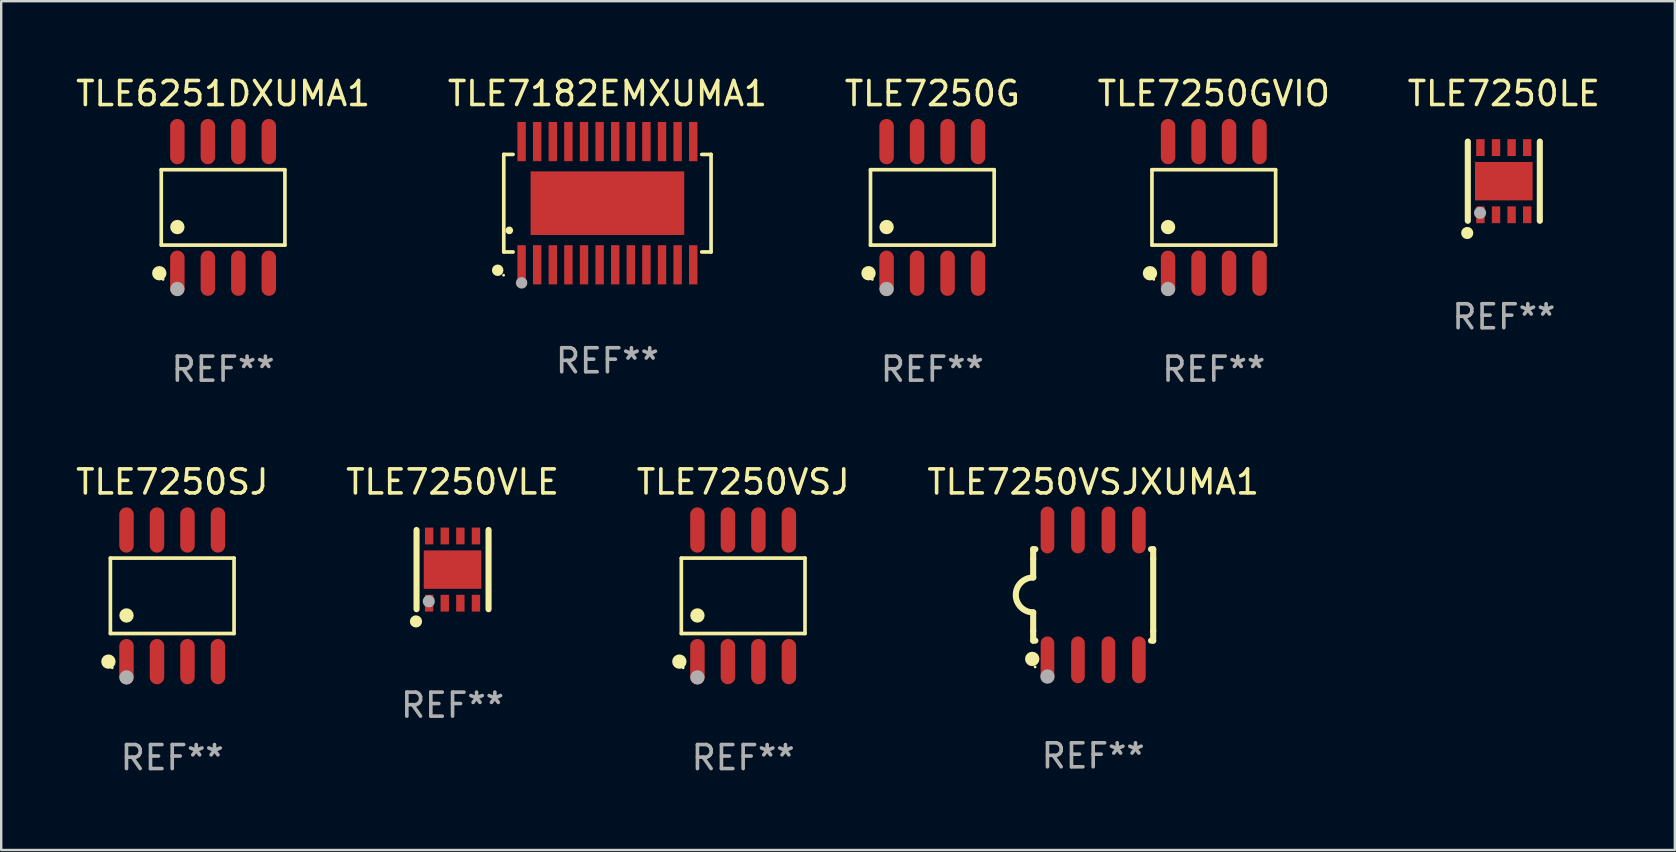
<source format=kicad_pcb>
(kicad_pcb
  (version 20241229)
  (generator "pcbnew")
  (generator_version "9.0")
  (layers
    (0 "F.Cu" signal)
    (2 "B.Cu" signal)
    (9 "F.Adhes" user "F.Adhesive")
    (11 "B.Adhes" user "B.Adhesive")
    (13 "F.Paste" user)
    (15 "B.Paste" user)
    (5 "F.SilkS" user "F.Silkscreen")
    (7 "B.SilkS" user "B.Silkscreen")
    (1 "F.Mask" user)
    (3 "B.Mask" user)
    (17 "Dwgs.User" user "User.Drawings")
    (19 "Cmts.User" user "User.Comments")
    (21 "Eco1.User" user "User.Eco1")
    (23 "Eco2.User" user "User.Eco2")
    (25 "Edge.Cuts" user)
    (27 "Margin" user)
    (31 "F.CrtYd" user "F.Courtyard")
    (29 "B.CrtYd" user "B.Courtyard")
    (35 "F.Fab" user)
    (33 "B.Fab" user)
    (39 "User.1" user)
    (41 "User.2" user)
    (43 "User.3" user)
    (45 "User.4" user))
  (footprint "TLE7250GVIO"
    (layer "F.Cu")
    (at 47.518 5.591)
    (property "Reference" "TLE7250GVIO" (at 0 -4.742 0) (layer "F.SilkS") (effects (font (size 1 1) (thickness 0.15))))
    (attr through_hole)
    (fp_line (start -2.576 -1.571) (end 2.576 -1.571) (stroke (width 0.152) (type solid)) (layer "F.SilkS"))
    (fp_line (start -2.576 1.571) (end -2.576 -1.571) (stroke (width 0.152) (type solid)) (layer "F.SilkS"))
    (fp_line (start 2.576 -1.571) (end 2.576 1.571) (stroke (width 0.152) (type solid)) (layer "F.SilkS"))
    (fp_line (start 2.576 1.571) (end -2.576 1.571) (stroke (width 0.152) (type solid)) (layer "F.SilkS"))
    (fp_circle (center -2.658 2.742) (end -2.508 2.742) (stroke (width 0.3) (type solid)) (fill no) (layer "F.SilkS"))
    (fp_circle (center -2.5 3) (end -2.47 3) (stroke (width 0.06) (type solid)) (fill no) (layer "F.SilkS"))
    (fp_circle (center -1.905 0.819) (end -1.755 0.819) (stroke (width 0.3) (type solid)) (fill no) (layer "F.SilkS"))
    (fp_circle (center -1.905 3.4) (end -1.755 3.4) (stroke (width 0.3) (type solid)) (fill no) (layer "F.Fab"))
    (fp_text user "REF**" (at 0 6.742 0) (layer "F.Fab") (effects (font (size 1 1) (thickness 0.15))))
    (pad "1" smd oval (at -1.905 2.742) (size 0.602 1.885) (layers "F.Cu" "F.Mask" "F.Paste"))
    (pad "2" smd oval (at -0.635 2.742) (size 0.602 1.885) (layers "F.Cu" "F.Mask" "F.Paste"))
    (pad "3" smd oval (at 0.635 2.742) (size 0.602 1.885) (layers "F.Cu" "F.Mask" "F.Paste"))
    (pad "4" smd oval (at 1.905 2.742) (size 0.602 1.885) (layers "F.Cu" "F.Mask" "F.Paste"))
    (pad "5" smd oval (at 1.905 -2.742) (size 0.602 1.885) (layers "F.Cu" "F.Mask" "F.Paste"))
    (pad "6" smd oval (at 0.635 -2.742) (size 0.602 1.885) (layers "F.Cu" "F.Mask" "F.Paste"))
    (pad "7" smd oval (at -0.635 -2.742) (size 0.602 1.885) (layers "F.Cu" "F.Mask" "F.Paste"))
    (pad "8" smd oval (at -1.905 -2.742) (size 0.602 1.885) (layers "F.Cu" "F.Mask" "F.Paste")))
  (footprint "TLE7182EMXUMA1"
    (layer "F.Cu")
    (at 22.256 5.415)
    (property "Reference" "TLE7182EMXUMA1" (at 0 -4.567 0) (layer "F.SilkS") (effects (font (size 1 1) (thickness 0.15))))
    (attr through_hole)
    (fp_line (start -4.318 -2.032) (end -4.318 2.032) (stroke (width 0.152) (type solid)) (layer "F.SilkS"))
    (fp_line (start -4.318 2.032) (end -3.93 2.032) (stroke (width 0.152) (type solid)) (layer "F.SilkS"))
    (fp_line (start -3.93 -2.032) (end -4.318 -2.032) (stroke (width 0.152) (type solid)) (layer "F.SilkS"))
    (fp_line (start 3.93 2.032) (end 4.318 2.032) (stroke (width 0.152) (type solid)) (layer "F.SilkS"))
    (fp_line (start 4.318 -2.032) (end 3.93 -2.032) (stroke (width 0.152) (type solid)) (layer "F.SilkS"))
    (fp_line (start 4.318 2.032) (end 4.318 -2.032) (stroke (width 0.152) (type solid)) (layer "F.SilkS"))
    (fp_circle (center -4.572 2.794) (end -4.452 2.794) (stroke (width 0.24) (type solid)) (fill no) (layer "F.SilkS"))
    (fp_circle (center -4.325 3) (end -4.295 3) (stroke (width 0.06) (type solid)) (fill no) (layer "F.SilkS"))
    (fp_circle (center -4.089 1.133) (end -4.009 1.133) (stroke (width 0.16) (type solid)) (fill no) (layer "F.SilkS"))
    (fp_circle (center -3.575 3.32) (end -3.455 3.32) (stroke (width 0.24) (type solid)) (fill no) (layer "F.Fab"))
    (fp_text user "REF**" (at 0 6.567 0) (layer "F.Fab") (effects (font (size 1 1) (thickness 0.15))))
    (pad "1" smd rect (at -3.575 2.567) (size 0.35 1.634) (layers "F.Cu" "F.Mask" "F.Paste"))
    (pad "2" smd rect (at -2.925 2.567) (size 0.35 1.634) (layers "F.Cu" "F.Mask" "F.Paste"))
    (pad "3" smd rect (at -2.275 2.567) (size 0.35 1.634) (layers "F.Cu" "F.Mask" "F.Paste"))
    (pad "4" smd rect (at -1.625 2.567) (size 0.35 1.634) (layers "F.Cu" "F.Mask" "F.Paste"))
    (pad "5" smd rect (at -0.975 2.567) (size 0.35 1.634) (layers "F.Cu" "F.Mask" "F.Paste"))
    (pad "6" smd rect (at -0.325 2.567) (size 0.35 1.634) (layers "F.Cu" "F.Mask" "F.Paste"))
    (pad "7" smd rect (at 0.325 2.567) (size 0.35 1.634) (layers "F.Cu" "F.Mask" "F.Paste"))
    (pad "8" smd rect (at 0.975 2.567) (size 0.35 1.634) (layers "F.Cu" "F.Mask" "F.Paste"))
    (pad "9" smd rect (at 1.625 2.567) (size 0.35 1.634) (layers "F.Cu" "F.Mask" "F.Paste"))
    (pad "10" smd rect (at 2.275 2.567) (size 0.35 1.634) (layers "F.Cu" "F.Mask" "F.Paste"))
    (pad "11" smd rect (at 2.925 2.567) (size 0.35 1.634) (layers "F.Cu" "F.Mask" "F.Paste"))
    (pad "12" smd rect (at 3.575 2.567) (size 0.35 1.634) (layers "F.Cu" "F.Mask" "F.Paste"))
    (pad "13" smd rect (at 3.575 -2.567) (size 0.35 1.634) (layers "F.Cu" "F.Mask" "F.Paste"))
    (pad "14" smd rect (at 2.925 -2.567) (size 0.35 1.634) (layers "F.Cu" "F.Mask" "F.Paste"))
    (pad "15" smd rect (at 2.275 -2.567) (size 0.35 1.634) (layers "F.Cu" "F.Mask" "F.Paste"))
    (pad "16" smd rect (at 1.625 -2.567) (size 0.35 1.634) (layers "F.Cu" "F.Mask" "F.Paste"))
    (pad "17" smd rect (at 0.975 -2.567) (size 0.35 1.634) (layers "F.Cu" "F.Mask" "F.Paste"))
    (pad "18" smd rect (at 0.325 -2.567) (size 0.35 1.634) (layers "F.Cu" "F.Mask" "F.Paste"))
    (pad "19" smd rect (at -0.325 -2.567) (size 0.35 1.634) (layers "F.Cu" "F.Mask" "F.Paste"))
    (pad "20" smd rect (at -0.975 -2.567) (size 0.35 1.634) (layers "F.Cu" "F.Mask" "F.Paste"))
    (pad "21" smd rect (at -1.625 -2.567) (size 0.35 1.634) (layers "F.Cu" "F.Mask" "F.Paste"))
    (pad "22" smd rect (at -2.275 -2.567) (size 0.35 1.634) (layers "F.Cu" "F.Mask" "F.Paste"))
    (pad "23" smd rect (at -2.925 -2.567) (size 0.35 1.634) (layers "F.Cu" "F.Mask" "F.Paste"))
    (pad "24" smd rect (at -3.575 -2.567) (size 0.35 1.634) (layers "F.Cu" "F.Mask" "F.Paste"))
    (pad "25" smd rect (at 0 0) (size 6.4 2.65) (layers "F.Cu" "F.Mask" "F.Paste")))
  (footprint "TLE7250VSJXUMA1"
    (layer "F.Cu")
    (at 42.494 21.735)
    (property "Reference" "TLE7250VSJXUMA1" (at 0 -4.705 0) (layer "F.SilkS") (effects (font (size 1 1) (thickness 0.15))))
    (attr through_hole)
    (fp_line (start -2.5 -1.905) (end -2.409 -1.905) (stroke (width 0.254) (type solid)) (layer "F.SilkS"))
    (fp_line (start -2.5 -1.5) (end -2.5 -1.905) (stroke (width 0.254) (type solid)) (layer "F.SilkS"))
    (fp_line (start -2.5 -1.5) (end -2.5 -0.726) (stroke (width 0.254) (type solid)) (layer "F.SilkS"))
    (fp_line (start -2.5 1.5) (end -2.5 0.727) (stroke (width 0.254) (type solid)) (layer "F.SilkS"))
    (fp_line (start -2.5 1.5) (end -2.5 1.905) (stroke (width 0.254) (type solid)) (layer "F.SilkS"))
    (fp_line (start -2.5 1.905) (end -2.409 1.905) (stroke (width 0.254) (type solid)) (layer "F.SilkS"))
    (fp_line (start 2.5 -1.905) (end 2.409 -1.905) (stroke (width 0.254) (type solid)) (layer "F.SilkS"))
    (fp_line (start 2.5 -1.5) (end 2.5 -1.905) (stroke (width 0.254) (type solid)) (layer "F.SilkS"))
    (fp_line (start 2.5 -1.5) (end 2.5 1.5) (stroke (width 0.254) (type solid)) (layer "F.SilkS"))
    (fp_line (start 2.5 1.5) (end 2.5 1.905) (stroke (width 0.254) (type solid)) (layer "F.SilkS"))
    (fp_line (start 2.5 1.905) (end 2.409 1.905) (stroke (width 0.254) (type solid)) (layer "F.SilkS"))
    (fp_arc (start -2.5 0.726568) (mid -3.220316 -0.0023) (end -2.495097 -0.726289) (stroke (width 0.254001) (type solid)) (layer "F.SilkS"))
    (fp_circle (center -2.54 2.667) (end -2.39 2.667) (stroke (width 0.3) (type solid)) (fill no) (layer "F.SilkS"))
    (fp_circle (center -2.42 3) (end -2.39 3) (stroke (width 0.06) (type solid)) (fill no) (layer "F.SilkS"))
    (fp_circle (center -1.905 3.4) (end -1.755 3.4) (stroke (width 0.3) (type solid)) (fill no) (layer "F.Fab"))
    (fp_text user "REF**" (at 0 6.705 0) (layer "F.Fab") (effects (font (size 1 1) (thickness 0.15))))
    (pad "1" smd oval (at -1.905 2.705) (size 0.568 1.95) (layers "F.Cu" "F.Mask" "F.Paste"))
    (pad "2" smd oval (at -0.635 2.705) (size 0.568 1.95) (layers "F.Cu" "F.Mask" "F.Paste"))
    (pad "3" smd oval (at 0.635 2.705) (size 0.568 1.95) (layers "F.Cu" "F.Mask" "F.Paste"))
    (pad "4" smd oval (at 1.905 2.705) (size 0.568 1.95) (layers "F.Cu" "F.Mask" "F.Paste"))
    (pad "5" smd oval (at 1.905 -2.705) (size 0.568 1.95) (layers "F.Cu" "F.Mask" "F.Paste"))
    (pad "6" smd oval (at 0.635 -2.705) (size 0.568 1.95) (layers "F.Cu" "F.Mask" "F.Paste"))
    (pad "7" smd oval (at -0.635 -2.705) (size 0.568 1.95) (layers "F.Cu" "F.Mask" "F.Paste"))
    (pad "8" smd oval (at -1.905 -2.705) (size 0.568 1.95) (layers "F.Cu" "F.Mask" "F.Paste")))
  (footprint "TLE7250G"
    (layer "F.Cu")
    (at 35.792 5.591)
    (property "Reference" "TLE7250G" (at 0 -4.742 0) (layer "F.SilkS") (effects (font (size 1 1) (thickness 0.15))))
    (attr through_hole)
    (fp_line (start -2.576 -1.571) (end 2.576 -1.571) (stroke (width 0.152) (type solid)) (layer "F.SilkS"))
    (fp_line (start -2.576 1.571) (end -2.576 -1.571) (stroke (width 0.152) (type solid)) (layer "F.SilkS"))
    (fp_line (start 2.576 -1.571) (end 2.576 1.571) (stroke (width 0.152) (type solid)) (layer "F.SilkS"))
    (fp_line (start 2.576 1.571) (end -2.576 1.571) (stroke (width 0.152) (type solid)) (layer "F.SilkS"))
    (fp_circle (center -2.658 2.742) (end -2.508 2.742) (stroke (width 0.3) (type solid)) (fill no) (layer "F.SilkS"))
    (fp_circle (center -2.5 3) (end -2.47 3) (stroke (width 0.06) (type solid)) (fill no) (layer "F.SilkS"))
    (fp_circle (center -1.905 0.819) (end -1.755 0.819) (stroke (width 0.3) (type solid)) (fill no) (layer "F.SilkS"))
    (fp_circle (center -1.905 3.4) (end -1.755 3.4) (stroke (width 0.3) (type solid)) (fill no) (layer "F.Fab"))
    (fp_text user "REF**" (at 0 6.742 0) (layer "F.Fab") (effects (font (size 1 1) (thickness 0.15))))
    (pad "1" smd oval (at -1.905 2.742) (size 0.602 1.885) (layers "F.Cu" "F.Mask" "F.Paste"))
    (pad "2" smd oval (at -0.635 2.742) (size 0.602 1.885) (layers "F.Cu" "F.Mask" "F.Paste"))
    (pad "3" smd oval (at 0.635 2.742) (size 0.602 1.885) (layers "F.Cu" "F.Mask" "F.Paste"))
    (pad "4" smd oval (at 1.905 2.742) (size 0.602 1.885) (layers "F.Cu" "F.Mask" "F.Paste"))
    (pad "5" smd oval (at 1.905 -2.742) (size 0.602 1.885) (layers "F.Cu" "F.Mask" "F.Paste"))
    (pad "6" smd oval (at 0.635 -2.742) (size 0.602 1.885) (layers "F.Cu" "F.Mask" "F.Paste"))
    (pad "7" smd oval (at -0.635 -2.742) (size 0.602 1.885) (layers "F.Cu" "F.Mask" "F.Paste"))
    (pad "8" smd oval (at -1.905 -2.742) (size 0.602 1.885) (layers "F.Cu" "F.Mask" "F.Paste")))
  (footprint "TLE7250VLE"
    (layer "F.Cu")
    (at 15.804 20.68)
    (property "Reference" "TLE7250VLE" (at 0 -3.65 0) (layer "F.SilkS") (effects (font (size 1 1) (thickness 0.15))))
    (attr through_hole)
    (fp_line (start -1.5 1.65) (end -1.5 -1.65) (stroke (width 0.254) (type solid)) (layer "F.SilkS"))
    (fp_line (start 1.5 1.65) (end 1.5 -1.65) (stroke (width 0.254) (type solid)) (layer "F.SilkS"))
    (fp_circle (center -1.524 2.159) (end -1.397 2.159) (stroke (width 0.254) (type solid)) (fill no) (layer "F.SilkS"))
    (fp_circle (center -1.5 1.5) (end -1.47 1.5) (stroke (width 0.06) (type solid)) (fill no) (layer "F.SilkS"))
    (fp_circle (center -0.99 1.32) (end -0.863 1.32) (stroke (width 0.254) (type solid)) (fill no) (layer "F.Fab"))
    (fp_text user "REF**" (at 0 5.65 0) (layer "F.Fab") (effects (font (size 1 1) (thickness 0.15))))
    (pad "1" smd rect (at -0.975 1.4 270) (size 0.7 0.35) (layers "F.Cu" "F.Mask" "F.Paste"))
    (pad "2" smd rect (at -0.325 1.4 270) (size 0.7 0.35) (layers "F.Cu" "F.Mask" "F.Paste"))
    (pad "3" smd rect (at 0.325 1.4 270) (size 0.7 0.35) (layers "F.Cu" "F.Mask" "F.Paste"))
    (pad "4" smd rect (at 0.975 1.4 270) (size 0.7 0.35) (layers "F.Cu" "F.Mask" "F.Paste"))
    (pad "5" smd rect (at 0.975 -1.4 270) (size 0.7 0.35) (layers "F.Cu" "F.Mask" "F.Paste"))
    (pad "6" smd rect (at 0.325 -1.4 270) (size 0.7 0.35) (layers "F.Cu" "F.Mask" "F.Paste"))
    (pad "7" smd rect (at -0.325 -1.4 270) (size 0.7 0.35) (layers "F.Cu" "F.Mask" "F.Paste"))
    (pad "8" smd rect (at -0.975 -1.4 270) (size 0.7 0.35) (layers "F.Cu" "F.Mask" "F.Paste"))
    (pad "9" smd rect (at 0.000241 0.000064) (size 2.4 1.6) (layers "F.Cu" "F.Mask" "F.Paste")))
  (footprint "TLE7250SJ"
    (layer "F.Cu")
    (at 4.125 21.772)
    (property "Reference" "TLE7250SJ" (at 0 -4.742 0) (layer "F.SilkS") (effects (font (size 1 1) (thickness 0.15))))
    (attr through_hole)
    (fp_line (start -2.576 -1.571) (end 2.576 -1.571) (stroke (width 0.152) (type solid)) (layer "F.SilkS"))
    (fp_line (start -2.576 1.571) (end -2.576 -1.571) (stroke (width 0.152) (type solid)) (layer "F.SilkS"))
    (fp_line (start 2.576 -1.571) (end 2.576 1.571) (stroke (width 0.152) (type solid)) (layer "F.SilkS"))
    (fp_line (start 2.576 1.571) (end -2.576 1.571) (stroke (width 0.152) (type solid)) (layer "F.SilkS"))
    (fp_circle (center -2.658 2.742) (end -2.508 2.742) (stroke (width 0.3) (type solid)) (fill no) (layer "F.SilkS"))
    (fp_circle (center -2.5 3) (end -2.47 3) (stroke (width 0.06) (type solid)) (fill no) (layer "F.SilkS"))
    (fp_circle (center -1.905 0.819) (end -1.755 0.819) (stroke (width 0.3) (type solid)) (fill no) (layer "F.SilkS"))
    (fp_circle (center -1.905 3.4) (end -1.755 3.4) (stroke (width 0.3) (type solid)) (fill no) (layer "F.Fab"))
    (fp_text user "REF**" (at 0 6.742 0) (layer "F.Fab") (effects (font (size 1 1) (thickness 0.15))))
    (pad "1" smd oval (at -1.905 2.742) (size 0.602 1.885) (layers "F.Cu" "F.Mask" "F.Paste"))
    (pad "2" smd oval (at -0.635 2.742) (size 0.602 1.885) (layers "F.Cu" "F.Mask" "F.Paste"))
    (pad "3" smd oval (at 0.635 2.742) (size 0.602 1.885) (layers "F.Cu" "F.Mask" "F.Paste"))
    (pad "4" smd oval (at 1.905 2.742) (size 0.602 1.885) (layers "F.Cu" "F.Mask" "F.Paste"))
    (pad "5" smd oval (at 1.905 -2.742) (size 0.602 1.885) (layers "F.Cu" "F.Mask" "F.Paste"))
    (pad "6" smd oval (at 0.635 -2.742) (size 0.602 1.885) (layers "F.Cu" "F.Mask" "F.Paste"))
    (pad "7" smd oval (at -0.635 -2.742) (size 0.602 1.885) (layers "F.Cu" "F.Mask" "F.Paste"))
    (pad "8" smd oval (at -1.905 -2.742) (size 0.602 1.885) (layers "F.Cu" "F.Mask" "F.Paste")))
  (footprint "TLE6251DXUMA1"
    (layer "F.Cu")
    (at 6.244 5.591)
    (property "Reference" "TLE6251DXUMA1" (at 0 -4.742 0) (layer "F.SilkS") (effects (font (size 1 1) (thickness 0.15))))
    (attr through_hole)
    (fp_line (start -2.576 -1.571) (end 2.576 -1.571) (stroke (width 0.152) (type solid)) (layer "F.SilkS"))
    (fp_line (start -2.576 1.571) (end -2.576 -1.571) (stroke (width 0.152) (type solid)) (layer "F.SilkS"))
    (fp_line (start 2.576 -1.571) (end 2.576 1.571) (stroke (width 0.152) (type solid)) (layer "F.SilkS"))
    (fp_line (start 2.576 1.571) (end -2.576 1.571) (stroke (width 0.152) (type solid)) (layer "F.SilkS"))
    (fp_circle (center -2.658 2.742) (end -2.508 2.742) (stroke (width 0.3) (type solid)) (fill no) (layer "F.SilkS"))
    (fp_circle (center -2.5 3) (end -2.47 3) (stroke (width 0.06) (type solid)) (fill no) (layer "F.SilkS"))
    (fp_circle (center -1.905 0.819) (end -1.755 0.819) (stroke (width 0.3) (type solid)) (fill no) (layer "F.SilkS"))
    (fp_circle (center -1.905 3.4) (end -1.755 3.4) (stroke (width 0.3) (type solid)) (fill no) (layer "F.Fab"))
    (fp_text user "REF**" (at 0 6.742 0) (layer "F.Fab") (effects (font (size 1 1) (thickness 0.15))))
    (pad "1" smd oval (at -1.905 2.742) (size 0.602 1.885) (layers "F.Cu" "F.Mask" "F.Paste"))
    (pad "2" smd oval (at -0.635 2.742) (size 0.602 1.885) (layers "F.Cu" "F.Mask" "F.Paste"))
    (pad "3" smd oval (at 0.635 2.742) (size 0.602 1.885) (layers "F.Cu" "F.Mask" "F.Paste"))
    (pad "4" smd oval (at 1.905 2.742) (size 0.602 1.885) (layers "F.Cu" "F.Mask" "F.Paste"))
    (pad "5" smd oval (at 1.905 -2.742) (size 0.602 1.885) (layers "F.Cu" "F.Mask" "F.Paste"))
    (pad "6" smd oval (at 0.635 -2.742) (size 0.602 1.885) (layers "F.Cu" "F.Mask" "F.Paste"))
    (pad "7" smd oval (at -0.635 -2.742) (size 0.602 1.885) (layers "F.Cu" "F.Mask" "F.Paste"))
    (pad "8" smd oval (at -1.905 -2.742) (size 0.602 1.885) (layers "F.Cu" "F.Mask" "F.Paste")))
  (footprint "TLE7250LE"
    (layer "F.Cu")
    (at 59.601 4.498)
    (property "Reference" "TLE7250LE" (at 0 -3.65 0) (layer "F.SilkS") (effects (font (size 1 1) (thickness 0.15))))
    (attr through_hole)
    (fp_line (start -1.5 1.65) (end -1.5 -1.65) (stroke (width 0.254) (type solid)) (layer "F.SilkS"))
    (fp_line (start 1.5 1.65) (end 1.5 -1.65) (stroke (width 0.254) (type solid)) (layer "F.SilkS"))
    (fp_circle (center -1.524 2.159) (end -1.397 2.159) (stroke (width 0.254) (type solid)) (fill no) (layer "F.SilkS"))
    (fp_circle (center -1.5 1.5) (end -1.47 1.5) (stroke (width 0.06) (type solid)) (fill no) (layer "F.SilkS"))
    (fp_circle (center -0.99 1.32) (end -0.863 1.32) (stroke (width 0.254) (type solid)) (fill no) (layer "F.Fab"))
    (fp_text user "REF**" (at 0 5.65 0) (layer "F.Fab") (effects (font (size 1 1) (thickness 0.15))))
    (pad "1" smd rect (at -0.975 1.4 270) (size 0.7 0.35) (layers "F.Cu" "F.Mask" "F.Paste"))
    (pad "2" smd rect (at -0.325 1.4 270) (size 0.7 0.35) (layers "F.Cu" "F.Mask" "F.Paste"))
    (pad "3" smd rect (at 0.325 1.4 270) (size 0.7 0.35) (layers "F.Cu" "F.Mask" "F.Paste"))
    (pad "4" smd rect (at 0.975 1.4 270) (size 0.7 0.35) (layers "F.Cu" "F.Mask" "F.Paste"))
    (pad "5" smd rect (at 0.975 -1.4 270) (size 0.7 0.35) (layers "F.Cu" "F.Mask" "F.Paste"))
    (pad "6" smd rect (at 0.325 -1.4 270) (size 0.7 0.35) (layers "F.Cu" "F.Mask" "F.Paste"))
    (pad "7" smd rect (at -0.325 -1.4 270) (size 0.7 0.35) (layers "F.Cu" "F.Mask" "F.Paste"))
    (pad "8" smd rect (at -0.975 -1.4 270) (size 0.7 0.35) (layers "F.Cu" "F.Mask" "F.Paste"))
    (pad "9" smd rect (at 0.000241 0.000064) (size 2.4 1.6) (layers "F.Cu" "F.Mask" "F.Paste")))
  (footprint "TLE7250VSJ"
    (layer "F.Cu")
    (at 27.911 21.772)
    (property "Reference" "TLE7250VSJ" (at 0 -4.742 0) (layer "F.SilkS") (effects (font (size 1 1) (thickness 0.15))))
    (attr through_hole)
    (fp_line (start -2.576 -1.571) (end 2.576 -1.571) (stroke (width 0.152) (type solid)) (layer "F.SilkS"))
    (fp_line (start -2.576 1.571) (end -2.576 -1.571) (stroke (width 0.152) (type solid)) (layer "F.SilkS"))
    (fp_line (start 2.576 -1.571) (end 2.576 1.571) (stroke (width 0.152) (type solid)) (layer "F.SilkS"))
    (fp_line (start 2.576 1.571) (end -2.576 1.571) (stroke (width 0.152) (type solid)) (layer "F.SilkS"))
    (fp_circle (center -2.658 2.742) (end -2.508 2.742) (stroke (width 0.3) (type solid)) (fill no) (layer "F.SilkS"))
    (fp_circle (center -2.5 3) (end -2.47 3) (stroke (width 0.06) (type solid)) (fill no) (layer "F.SilkS"))
    (fp_circle (center -1.905 0.819) (end -1.755 0.819) (stroke (width 0.3) (type solid)) (fill no) (layer "F.SilkS"))
    (fp_circle (center -1.905 3.4) (end -1.755 3.4) (stroke (width 0.3) (type solid)) (fill no) (layer "F.Fab"))
    (fp_text user "REF**" (at 0 6.742 0) (layer "F.Fab") (effects (font (size 1 1) (thickness 0.15))))
    (pad "1" smd oval (at -1.905 2.742) (size 0.602 1.885) (layers "F.Cu" "F.Mask" "F.Paste"))
    (pad "2" smd oval (at -0.635 2.742) (size 0.602 1.885) (layers "F.Cu" "F.Mask" "F.Paste"))
    (pad "3" smd oval (at 0.635 2.742) (size 0.602 1.885) (layers "F.Cu" "F.Mask" "F.Paste"))
    (pad "4" smd oval (at 1.905 2.742) (size 0.602 1.885) (layers "F.Cu" "F.Mask" "F.Paste"))
    (pad "5" smd oval (at 1.905 -2.742) (size 0.602 1.885) (layers "F.Cu" "F.Mask" "F.Paste"))
    (pad "6" smd oval (at 0.635 -2.742) (size 0.602 1.885) (layers "F.Cu" "F.Mask" "F.Paste"))
    (pad "7" smd oval (at -0.635 -2.742) (size 0.602 1.885) (layers "F.Cu" "F.Mask" "F.Paste"))
    (pad "8" smd oval (at -1.905 -2.742) (size 0.602 1.885) (layers "F.Cu" "F.Mask" "F.Paste")))
  (gr_rect
    (start -3 -3)
    (end 66.726 32.363)
    (stroke (width 0.1) (type default))
    (fill no)
    (layer "Edge.Cuts")))
</source>
